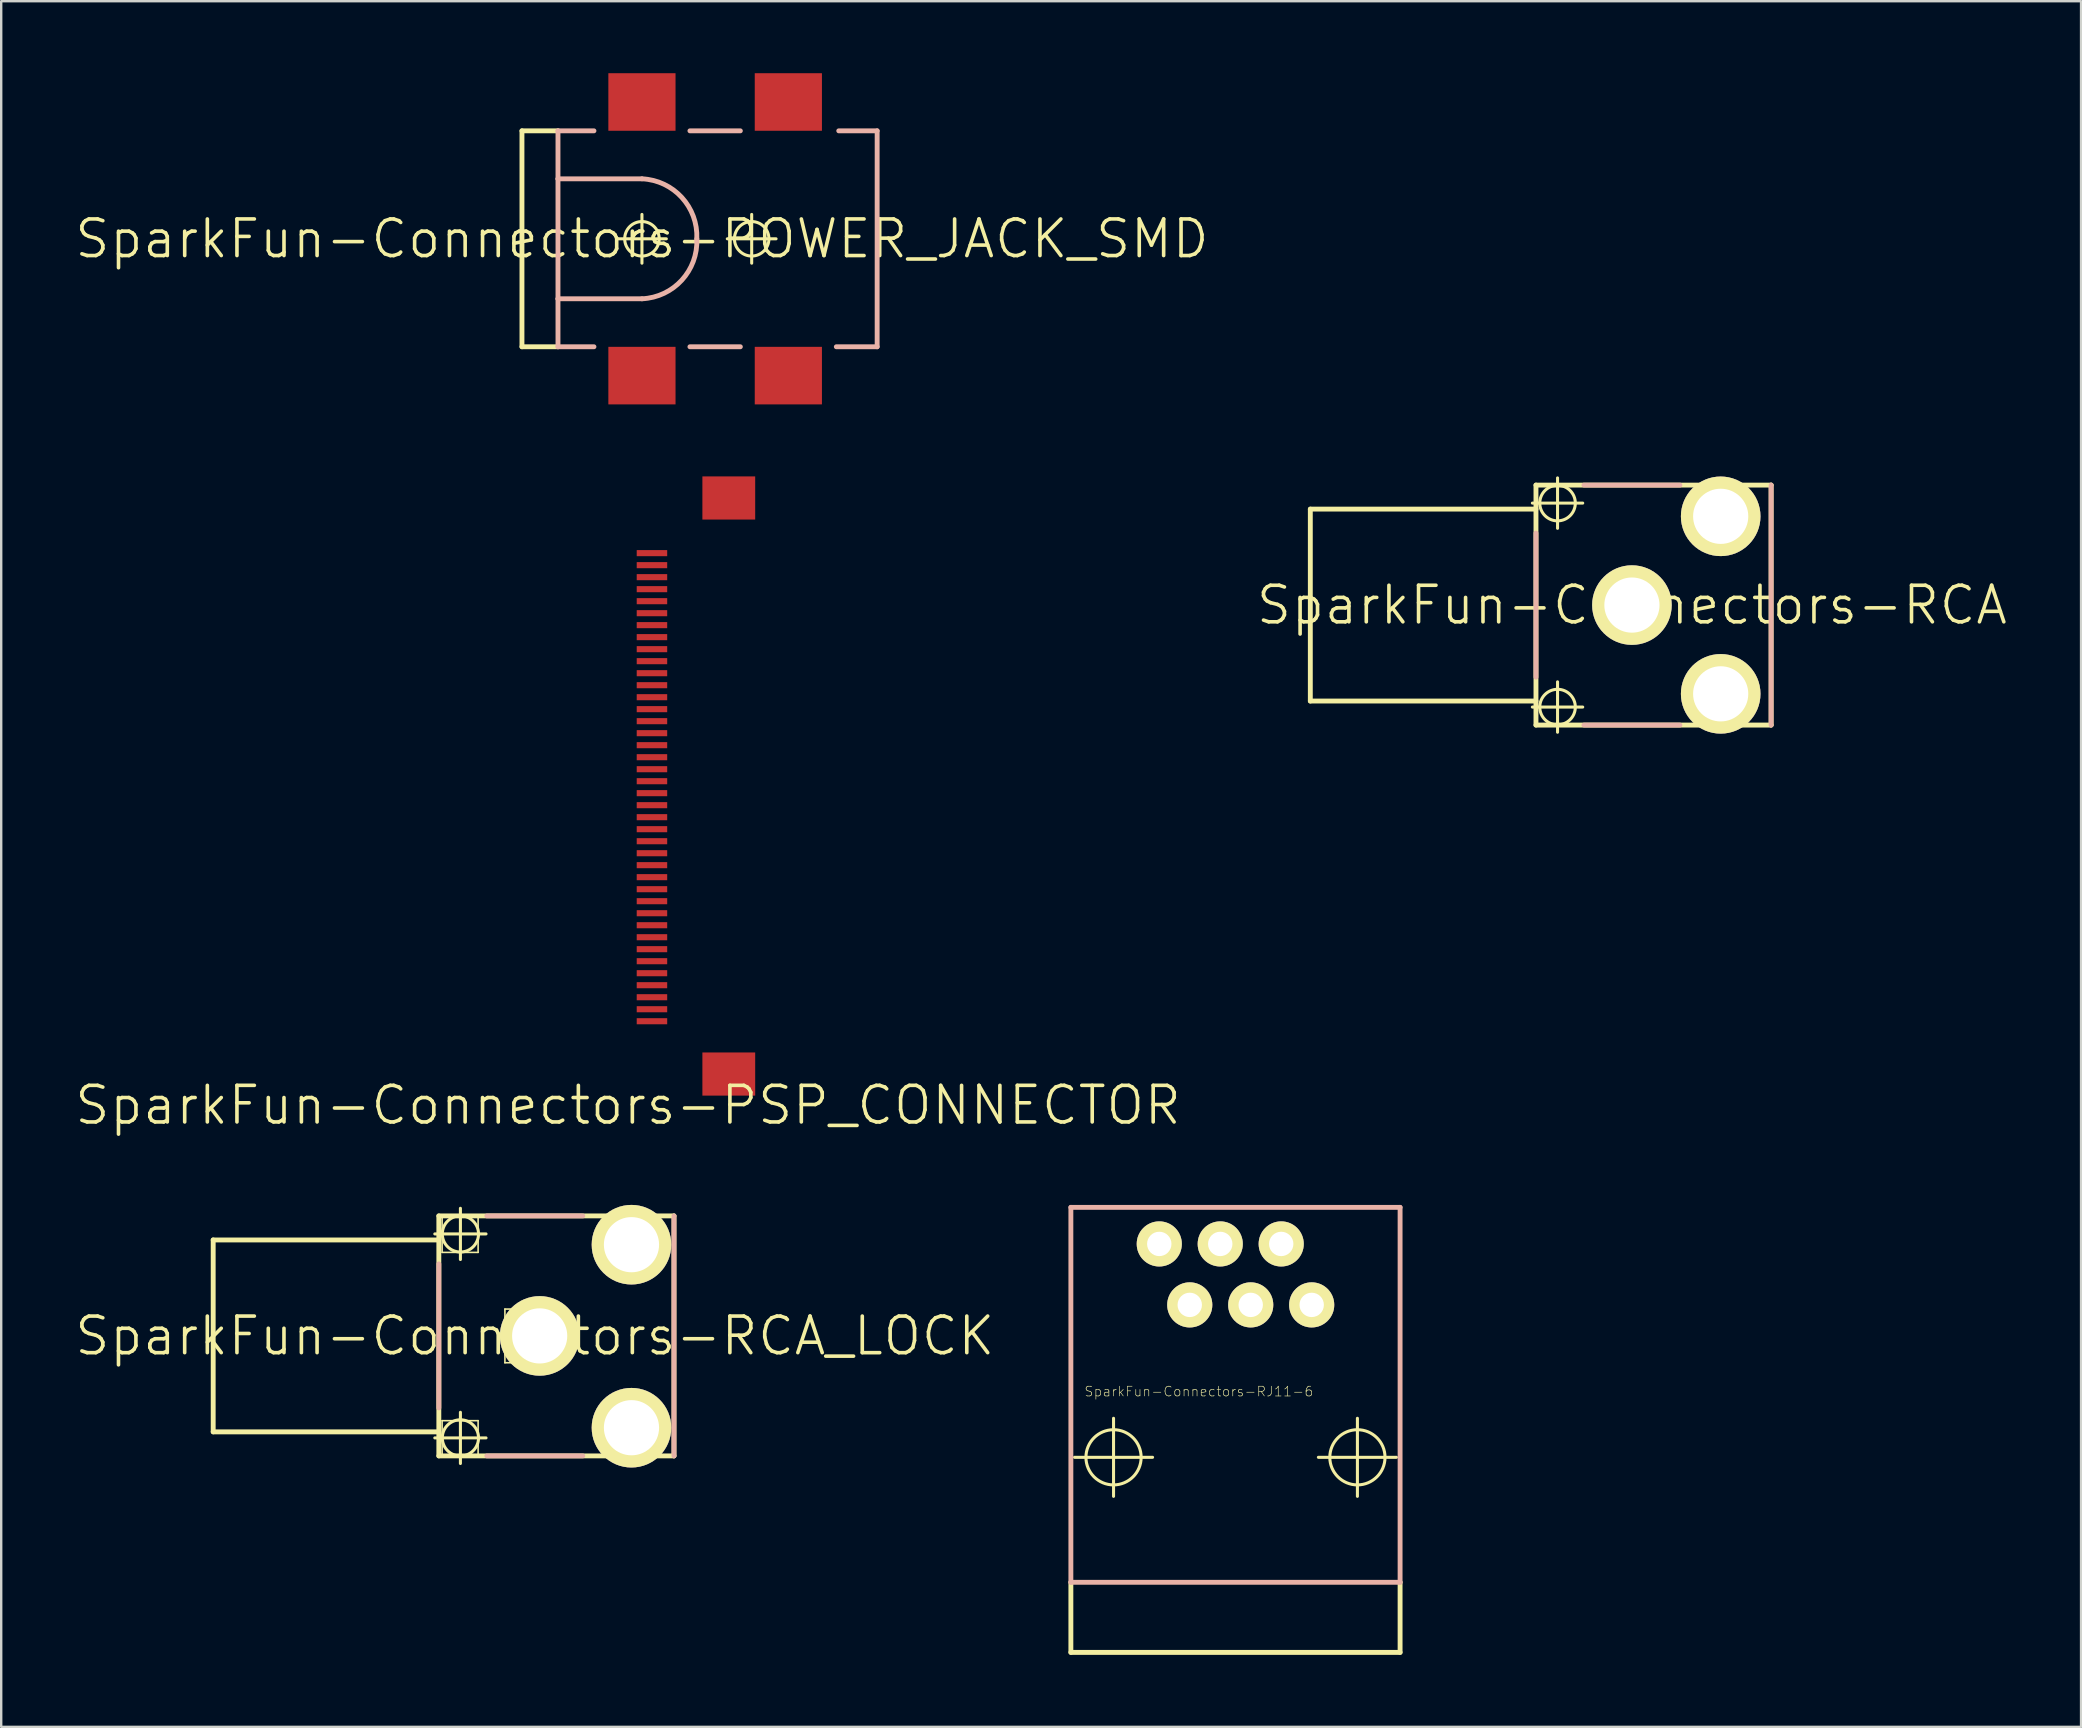
<source format=kicad_pcb>
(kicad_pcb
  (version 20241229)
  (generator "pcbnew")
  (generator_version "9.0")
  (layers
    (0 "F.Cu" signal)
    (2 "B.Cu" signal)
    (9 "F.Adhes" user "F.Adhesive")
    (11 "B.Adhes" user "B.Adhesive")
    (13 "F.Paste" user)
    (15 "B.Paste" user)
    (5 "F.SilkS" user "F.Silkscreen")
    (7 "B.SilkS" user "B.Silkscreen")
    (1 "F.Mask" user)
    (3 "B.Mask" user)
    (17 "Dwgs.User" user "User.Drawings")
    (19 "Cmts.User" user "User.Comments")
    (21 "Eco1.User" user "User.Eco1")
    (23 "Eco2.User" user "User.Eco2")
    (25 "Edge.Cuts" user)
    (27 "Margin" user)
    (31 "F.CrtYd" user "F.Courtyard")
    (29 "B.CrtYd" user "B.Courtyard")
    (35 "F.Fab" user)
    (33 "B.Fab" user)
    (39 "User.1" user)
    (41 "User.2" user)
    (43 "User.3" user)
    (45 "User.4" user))
  (footprint "SparkFun-Connectors-POWER_JACK_SMD"
    (layer "F.Cu")
    (at 23.695 6.899)
    (property "Reference" "SparkFun-Connectors-POWER_JACK_SMD" (at 0 0 0) (layer "F.SilkS") (effects (font (size 1.524 1.524) (thickness 0.15))))
    (attr smd)
    (fp_line (start -4.999 -4.498) (end -4.999 4.498) (stroke (width 0.203) (type solid)) (layer "F.SilkS"))
    (fp_line (start -4.999 -4.498) (end -3.498 -4.498) (stroke (width 0.203) (type solid)) (layer "F.SilkS"))
    (fp_line (start -3.498 4.498) (end -4.999 4.498) (stroke (width 0.203) (type solid)) (layer "F.SilkS"))
    (fp_line (start -1.016 0) (end 1.016 0) (stroke (width 0.127) (type solid)) (layer "F.SilkS"))
    (fp_line (start 0 1.016) (end 0 -1.016) (stroke (width 0.127) (type solid)) (layer "F.SilkS"))
    (fp_line (start 3.556 0) (end 5.588 0) (stroke (width 0.127) (type solid)) (layer "F.SilkS"))
    (fp_line (start 4.572 1.016) (end 4.572 -1.016) (stroke (width 0.127) (type solid)) (layer "F.SilkS"))
    (fp_circle (center 0 0) (end -0.508 0.508) (stroke (width 0.127) (type solid)) (fill no) (layer "F.SilkS"))
    (fp_circle (center 4.572 0) (end 5.08 0.508) (stroke (width 0.127) (type solid)) (fill no) (layer "F.SilkS"))
    (fp_line (start -3.498 -4.498) (end -3.498 -2.499) (stroke (width 0.203) (type solid)) (layer "B.SilkS"))
    (fp_line (start -3.498 -4.498) (end -1.999 -4.498) (stroke (width 0.203) (type solid)) (layer "B.SilkS"))
    (fp_line (start -3.498 -2.499) (end -3.498 2.499) (stroke (width 0.203) (type solid)) (layer "B.SilkS"))
    (fp_line (start -3.498 -2.499) (end 0 -2.499) (stroke (width 0.203) (type solid)) (layer "B.SilkS"))
    (fp_line (start -3.498 2.499) (end -3.498 4.498) (stroke (width 0.203) (type solid)) (layer "B.SilkS"))
    (fp_line (start -1.999 4.498) (end -3.498 4.498) (stroke (width 0.203) (type solid)) (layer "B.SilkS"))
    (fp_line (start 0 2.499) (end -3.498 2.499) (stroke (width 0.203) (type solid)) (layer "B.SilkS"))
    (fp_line (start 1.999 -4.498) (end 4.1 -4.498) (stroke (width 0.203) (type solid)) (layer "B.SilkS"))
    (fp_line (start 4.1 4.498) (end 1.999 4.498) (stroke (width 0.203) (type solid)) (layer "B.SilkS"))
    (fp_line (start 8.199 -4.498) (end 9.799 -4.498) (stroke (width 0.203) (type solid)) (layer "B.SilkS"))
    (fp_line (start 9.799 -4.498) (end 9.799 4.498) (stroke (width 0.203) (type solid)) (layer "B.SilkS"))
    (fp_line (start 9.799 4.498) (end 8.098 4.498) (stroke (width 0.203) (type solid)) (layer "B.SilkS"))
    (fp_arc (start 0 -2.49936) (mid 1.660634 -1.723126) (end 2.286 0) (stroke (width 0.2032) (type solid)) (layer "B.SilkS"))
    (fp_arc (start 2.286 0) (mid 1.660634 1.723126) (end 0 2.49936) (stroke (width 0.2032) (type solid)) (layer "B.SilkS"))
    (pad "GND" smd rect (at 0 5.7) (size 2.799 2.398) (layers "F.Cu" "F.Mask" "F.Paste"))
    (pad "P$4" smd rect (at 6.099 5.7) (size 2.799 2.398) (layers "F.Cu" "F.Mask" "F.Paste"))
    (pad "VIN0" smd rect (at 0 -5.7) (size 2.799 2.398) (layers "F.Cu" "F.Mask" "F.Paste"))
    (pad "VIN1" smd rect (at 6.099 -5.7) (size 2.799 2.398) (layers "F.Cu" "F.Mask" "F.Paste")))
  (footprint "SparkFun-Connectors-PSP_CONNECTOR"
    (layer "F.Cu")
    (at 23.114 42.995)
    (property "Reference" "SparkFun-Connectors-PSP_CONNECTOR" (at 0 0 0) (layer "F.SilkS") (effects (font (size 1.524 1.524) (thickness 0.15))))
    (attr smd)
    (pad "." smd rect (at 4.399 -25.298 180) (size 0.001 0.001) (layers "B.Cu" "B.Mask"))
    (pad "AVDD" smd rect (at 0.998 -5.999 90) (size 0.254 1.27) (layers "F.Cu" "F.Mask" "F.Paste"))
    (pad "AVDD" smd rect (at 0.998 -5.499 270) (size 0.254 1.27) (layers "F.Cu" "F.Mask" "F.Paste"))
    (pad "B0" smd rect (at 0.998 -13 270) (size 0.254 1.27) (layers "F.Cu" "F.Mask" "F.Paste"))
    (pad "B1" smd rect (at 0.998 -12.499 270) (size 0.254 1.27) (layers "F.Cu" "F.Mask" "F.Paste"))
    (pad "B2" smd rect (at 0.998 -11.999 90) (size 0.254 1.27) (layers "F.Cu" "F.Mask" "F.Paste"))
    (pad "B3" smd rect (at 0.998 -11.499 270) (size 0.254 1.27) (layers "F.Cu" "F.Mask" "F.Paste"))
    (pad "B4" smd rect (at 0.998 -10.998 270) (size 0.254 1.27) (layers "F.Cu" "F.Mask" "F.Paste"))
    (pad "B5" smd rect (at 0.998 -10.498 270) (size 0.254 1.27) (layers "F.Cu" "F.Mask" "F.Paste"))
    (pad "B6" smd rect (at 0.998 -10 90) (size 0.254 1.27) (layers "F.Cu" "F.Mask" "F.Paste"))
    (pad "B7" smd rect (at 0.998 -9.5 270) (size 0.254 1.27) (layers "F.Cu" "F.Mask" "F.Paste"))
    (pad "CK" smd rect (at 0.998 -8.499 270) (size 0.254 1.27) (layers "F.Cu" "F.Mask" "F.Paste"))
    (pad "DISP" smd rect (at 0.998 -7.998 90) (size 0.254 1.27) (layers "F.Cu" "F.Mask" "F.Paste"))
    (pad "G0" smd rect (at 0.998 -16.998 270) (size 0.254 1.27) (layers "F.Cu" "F.Mask" "F.Paste"))
    (pad "G1" smd rect (at 0.998 -16.5 270) (size 0.254 1.27) (layers "F.Cu" "F.Mask" "F.Paste"))
    (pad "G2" smd rect (at 0.998 -15.999 90) (size 0.254 1.27) (layers "F.Cu" "F.Mask" "F.Paste"))
    (pad "G3" smd rect (at 0.998 -15.499 270) (size 0.254 1.27) (layers "F.Cu" "F.Mask" "F.Paste"))
    (pad "G4" smd rect (at 0.998 -14.999 270) (size 0.254 1.27) (layers "F.Cu" "F.Mask" "F.Paste"))
    (pad "G5" smd rect (at 0.998 -14.498 270) (size 0.254 1.27) (layers "F.Cu" "F.Mask" "F.Paste"))
    (pad "G6" smd rect (at 0.998 -13.998 90) (size 0.254 1.27) (layers "F.Cu" "F.Mask" "F.Paste"))
    (pad "G7" smd rect (at 0.998 -13.498 270) (size 0.254 1.27) (layers "F.Cu" "F.Mask" "F.Paste"))
    (pad "GND" smd rect (at 0.998 -23 270) (size 0.254 1.27) (layers "F.Cu" "F.Mask" "F.Paste"))
    (pad "GND2" smd rect (at 0.998 -22.499 270) (size 0.254 1.27) (layers "F.Cu" "F.Mask" "F.Paste"))
    (pad "GND3" smd rect (at 0.998 -8.999 270) (size 0.254 1.27) (layers "F.Cu" "F.Mask" "F.Paste"))
    (pad "GND4" smd rect (at 4.199 -25.298) (size 2.2 1.798) (layers "F.Cu" "F.Mask" "F.Paste"))
    (pad "GND5" smd rect (at 4.199 -1.298) (size 2.2 1.798) (layers "F.Cu" "F.Mask" "F.Paste"))
    (pad "HSYN" smd rect (at 0.998 -7.498 270) (size 0.254 1.27) (layers "F.Cu" "F.Mask" "F.Paste"))
    (pad "NC" smd rect (at 0.998 -6.5 270) (size 0.254 1.27) (layers "F.Cu" "F.Mask" "F.Paste"))
    (pad "NC2" smd rect (at 0.998 -4.999 270) (size 0.254 1.27) (layers "F.Cu" "F.Mask" "F.Paste"))
    (pad "R0" smd rect (at 0.998 -20.998 270) (size 0.254 1.27) (layers "F.Cu" "F.Mask" "F.Paste"))
    (pad "R1" smd rect (at 0.998 -20.498 270) (size 0.254 1.27) (layers "F.Cu" "F.Mask" "F.Paste"))
    (pad "R2" smd rect (at 0.998 -20 90) (size 0.254 1.27) (layers "F.Cu" "F.Mask" "F.Paste"))
    (pad "R3" smd rect (at 0.998 -19.5 270) (size 0.254 1.27) (layers "F.Cu" "F.Mask" "F.Paste"))
    (pad "R4" smd rect (at 0.998 -18.999 270) (size 0.254 1.27) (layers "F.Cu" "F.Mask" "F.Paste"))
    (pad "R5" smd rect (at 0.998 -18.499 270) (size 0.254 1.27) (layers "F.Cu" "F.Mask" "F.Paste"))
    (pad "R6" smd rect (at 0.998 -17.998 90) (size 0.254 1.27) (layers "F.Cu" "F.Mask" "F.Paste"))
    (pad "R7" smd rect (at 0.998 -17.498 270) (size 0.254 1.27) (layers "F.Cu" "F.Mask" "F.Paste"))
    (pad "TEST" smd rect (at 0.998 -4.498 270) (size 0.254 1.27) (layers "F.Cu" "F.Mask" "F.Paste"))
    (pad "TEST" smd rect (at 0.998 -3.998 90) (size 0.254 1.27) (layers "F.Cu" "F.Mask" "F.Paste"))
    (pad "TEST" smd rect (at 0.998 -3.498 270) (size 0.254 1.27) (layers "F.Cu" "F.Mask" "F.Paste"))
    (pad "VCC" smd rect (at 0.998 -21.999 90) (size 0.254 1.27) (layers "F.Cu" "F.Mask" "F.Paste"))
    (pad "VCC2" smd rect (at 0.998 -21.499 270) (size 0.254 1.27) (layers "F.Cu" "F.Mask" "F.Paste"))
    (pad "VSYN" smd rect (at 0.998 -6.998 270) (size 0.254 1.27) (layers "F.Cu" "F.Mask" "F.Paste")))
  (footprint "SparkFun-Connectors-RJ11-6"
    (layer "F.Cu")
    (at 48.423 57.665)
    (property "Reference" "SparkFun-Connectors-RJ11-6" (at -1.524 -2.743 0) (layer "F.SilkS") (effects (font (size 0.406 0.406) (thickness 0.025))))
    (attr exclude_from_pos_files exclude_from_bom)
    (fp_line (start -6.858 5.207) (end -6.858 8.128) (stroke (width 0.203) (type solid)) (layer "F.SilkS"))
    (fp_line (start -6.858 8.128) (end 6.858 8.128) (stroke (width 0.203) (type solid)) (layer "F.SilkS"))
    (fp_line (start -6.706 0) (end -3.454 0) (stroke (width 0.127) (type solid)) (layer "F.SilkS"))
    (fp_line (start -5.08 1.626) (end -5.08 -1.626) (stroke (width 0.127) (type solid)) (layer "F.SilkS"))
    (fp_line (start 3.454 0) (end 6.706 0) (stroke (width 0.127) (type solid)) (layer "F.SilkS"))
    (fp_line (start 5.08 1.626) (end 5.08 -1.626) (stroke (width 0.127) (type solid)) (layer "F.SilkS"))
    (fp_line (start 6.858 8.128) (end 6.858 5.207) (stroke (width 0.203) (type solid)) (layer "F.SilkS"))
    (fp_circle (center -5.08 0) (end -5.893 0.813) (stroke (width 0.127) (type solid)) (fill no) (layer "F.SilkS"))
    (fp_circle (center 5.08 0) (end 5.893 0.813) (stroke (width 0.127) (type solid)) (fill no) (layer "F.SilkS"))
    (fp_line (start -6.858 -10.414) (end -6.858 5.207) (stroke (width 0.203) (type solid)) (layer "B.SilkS"))
    (fp_line (start 6.858 -10.414) (end -6.858 -10.414) (stroke (width 0.203) (type solid)) (layer "B.SilkS"))
    (fp_line (start 6.858 5.207) (end -6.858 5.207) (stroke (width 0.203) (type solid)) (layer "B.SilkS"))
    (fp_line (start 6.858 5.207) (end 6.858 -10.414) (stroke (width 0.203) (type solid)) (layer "B.SilkS"))
    (pad "1" thru_hole circle (at -3.175 -8.89) (size 1.88 1.88) (drill 1.016) (layers "*.Cu" "F.Mask" "F.SilkS" "F.Paste"))
    (pad "2" thru_hole circle (at -1.905 -6.35) (size 1.88 1.88) (drill 1.016) (layers "*.Cu" "F.Mask" "F.SilkS" "F.Paste"))
    (pad "3" thru_hole circle (at -0.635 -8.89) (size 1.88 1.88) (drill 1.016) (layers "*.Cu" "F.Mask" "F.SilkS" "F.Paste"))
    (pad "4" thru_hole circle (at 0.635 -6.35) (size 1.88 1.88) (drill 1.016) (layers "*.Cu" "F.Mask" "F.SilkS" "F.Paste"))
    (pad "5" thru_hole circle (at 1.905 -8.89) (size 1.88 1.88) (drill 1.016) (layers "*.Cu" "F.Mask" "F.SilkS" "F.Paste"))
    (pad "6" thru_hole circle (at 3.175 -6.35) (size 1.88 1.88) (drill 1.016) (layers "*.Cu" "F.Mask" "F.SilkS" "F.Paste")))
  (footprint "SparkFun-Connectors-RCA_LOCK"
    (layer "F.Cu")
    (at 19.231 52.607)
    (property "Reference" "SparkFun-Connectors-RCA_LOCK" (at 0 0 0) (layer "F.SilkS") (effects (font (size 1.524 1.524) (thickness 0.15))))
    (attr exclude_from_pos_files exclude_from_bom)
    (fp_line (start -13.399 -3.998) (end -13.399 3.998) (stroke (width 0.203) (type solid)) (layer "F.SilkS"))
    (fp_line (start -13.399 3.998) (end -3.998 3.998) (stroke (width 0.203) (type solid)) (layer "F.SilkS"))
    (fp_line (start -4.166 -4.249) (end -2.032 -4.249) (stroke (width 0.127) (type solid)) (layer "F.SilkS"))
    (fp_line (start -4.166 4.249) (end -2.032 4.249) (stroke (width 0.127) (type solid)) (layer "F.SilkS"))
    (fp_line (start -3.998 -4.999) (end -3.998 4.999) (stroke (width 0.203) (type solid)) (layer "F.SilkS"))
    (fp_line (start -3.998 -3.998) (end -13.399 -3.998) (stroke (width 0.203) (type solid)) (layer "F.SilkS"))
    (fp_line (start -3.998 4.999) (end 5.799 4.999) (stroke (width 0.203) (type solid)) (layer "F.SilkS"))
    (fp_line (start -3.861 -4.978) (end -2.362 -4.978) (stroke (width 0.066) (type solid)) (layer "F.SilkS"))
    (fp_line (start -3.861 -3.48) (end -3.861 -4.978) (stroke (width 0.066) (type solid)) (layer "F.SilkS"))
    (fp_line (start -3.861 -3.48) (end -2.362 -3.48) (stroke (width 0.066) (type solid)) (layer "F.SilkS"))
    (fp_line (start -3.861 3.531) (end -2.362 3.531) (stroke (width 0.066) (type solid)) (layer "F.SilkS"))
    (fp_line (start -3.861 5.029) (end -3.861 3.531) (stroke (width 0.066) (type solid)) (layer "F.SilkS"))
    (fp_line (start -3.861 5.029) (end -2.362 5.029) (stroke (width 0.066) (type solid)) (layer "F.SilkS"))
    (fp_line (start -3.099 -3.183) (end -3.099 -5.316) (stroke (width 0.127) (type solid)) (layer "F.SilkS"))
    (fp_line (start -3.099 5.316) (end -3.099 3.183) (stroke (width 0.127) (type solid)) (layer "F.SilkS"))
    (fp_line (start -2.362 -3.48) (end -2.362 -4.978) (stroke (width 0.066) (type solid)) (layer "F.SilkS"))
    (fp_line (start -2.362 5.029) (end -2.362 3.531) (stroke (width 0.066) (type solid)) (layer "F.SilkS"))
    (fp_line (start -1.245 -1.118) (end 0.254 -1.118) (stroke (width 0.066) (type solid)) (layer "F.SilkS"))
    (fp_line (start -1.245 1.118) (end -1.245 -1.118) (stroke (width 0.066) (type solid)) (layer "F.SilkS"))
    (fp_line (start -1.245 1.118) (end 0.254 1.118) (stroke (width 0.066) (type solid)) (layer "F.SilkS"))
    (fp_line (start 0.254 1.118) (end 0.254 -1.118) (stroke (width 0.066) (type solid)) (layer "F.SilkS"))
    (fp_line (start 2.87 -3.835) (end 5.105 -3.835) (stroke (width 0.066) (type solid)) (layer "F.SilkS"))
    (fp_line (start 2.87 -3.48) (end 2.87 -3.835) (stroke (width 0.066) (type solid)) (layer "F.SilkS"))
    (fp_line (start 2.87 -3.48) (end 5.105 -3.48) (stroke (width 0.066) (type solid)) (layer "F.SilkS"))
    (fp_line (start 2.87 3.531) (end 5.105 3.531) (stroke (width 0.066) (type solid)) (layer "F.SilkS"))
    (fp_line (start 2.87 3.886) (end 2.87 3.531) (stroke (width 0.066) (type solid)) (layer "F.SilkS"))
    (fp_line (start 2.87 3.886) (end 5.105 3.886) (stroke (width 0.066) (type solid)) (layer "F.SilkS"))
    (fp_line (start 4.47 -3.454) (end 2.87 -3.454) (stroke (width 0.025) (type solid)) (layer "F.SilkS"))
    (fp_line (start 4.47 3.505) (end 2.87 3.505) (stroke (width 0.025) (type solid)) (layer "F.SilkS"))
    (fp_line (start 5.105 -3.48) (end 5.105 -3.835) (stroke (width 0.066) (type solid)) (layer "F.SilkS"))
    (fp_line (start 5.105 3.886) (end 5.105 3.531) (stroke (width 0.066) (type solid)) (layer "F.SilkS"))
    (fp_line (start 5.799 -4.999) (end -3.998 -4.999) (stroke (width 0.203) (type solid)) (layer "F.SilkS"))
    (fp_line (start 5.799 4.999) (end 5.799 -4.999) (stroke (width 0.203) (type solid)) (layer "F.SilkS"))
    (fp_circle (center -3.099 -4.249) (end -3.632 -4.783) (stroke (width 0.127) (type solid)) (fill no) (layer "F.SilkS"))
    (fp_circle (center -3.099 4.249) (end -3.632 4.783) (stroke (width 0.127) (type solid)) (fill no) (layer "F.SilkS"))
    (fp_line (start -3.998 -3) (end -3.998 3) (stroke (width 0.203) (type solid)) (layer "B.SilkS"))
    (fp_line (start -1.999 -4.999) (end 1.999 -4.999) (stroke (width 0.203) (type solid)) (layer "B.SilkS"))
    (fp_line (start -1.999 4.999) (end 1.999 4.999) (stroke (width 0.203) (type solid)) (layer "B.SilkS"))
    (fp_line (start 5.799 -4.999) (end 5.799 4.999) (stroke (width 0.203) (type solid)) (layer "B.SilkS"))
    (pad "PIN" thru_hole circle (at 4.028 -3.8) (size 3.315 3.315) (drill 2.299) (layers "*.Cu" "F.Mask" "F.SilkS" "F.Paste"))
    (pad "SHEL" thru_hole circle (at 0.203 0) (size 3.315 3.315) (drill 2.299) (layers "*.Cu" "F.Mask" "F.SilkS" "F.Paste"))
    (pad "SWIT" thru_hole circle (at 4.028 3.825) (size 3.315 3.315) (drill 2.299) (layers "*.Cu" "F.Mask" "F.SilkS" "F.Paste")))
  (footprint "SparkFun-Connectors-RCA"
    (layer "F.Cu")
    (at 64.94 22.159)
    (property "Reference" "SparkFun-Connectors-RCA" (at 0 0 0) (layer "F.SilkS") (effects (font (size 1.524 1.524) (thickness 0.15))))
    (attr exclude_from_pos_files exclude_from_bom)
    (fp_line (start -13.399 -3.998) (end -13.399 3.998) (stroke (width 0.203) (type solid)) (layer "F.SilkS"))
    (fp_line (start -13.399 3.998) (end -3.998 3.998) (stroke (width 0.203) (type solid)) (layer "F.SilkS"))
    (fp_line (start -4.148 -4.249) (end -2.05 -4.249) (stroke (width 0.127) (type solid)) (layer "F.SilkS"))
    (fp_line (start -4.148 4.249) (end -2.05 4.249) (stroke (width 0.127) (type solid)) (layer "F.SilkS"))
    (fp_line (start -3.998 -4.999) (end -3.998 4.999) (stroke (width 0.203) (type solid)) (layer "F.SilkS"))
    (fp_line (start -3.998 -3.998) (end -13.399 -3.998) (stroke (width 0.203) (type solid)) (layer "F.SilkS"))
    (fp_line (start -3.998 4.999) (end 5.799 4.999) (stroke (width 0.203) (type solid)) (layer "F.SilkS"))
    (fp_line (start -3.099 -3.198) (end -3.099 -5.298) (stroke (width 0.127) (type solid)) (layer "F.SilkS"))
    (fp_line (start -3.099 5.298) (end -3.099 3.198) (stroke (width 0.127) (type solid)) (layer "F.SilkS"))
    (fp_line (start 5.799 -4.999) (end -3.998 -4.999) (stroke (width 0.203) (type solid)) (layer "F.SilkS"))
    (fp_line (start 5.799 4.999) (end 5.799 -4.999) (stroke (width 0.203) (type solid)) (layer "F.SilkS"))
    (fp_circle (center -3.099 -4.249) (end -3.622 -4.773) (stroke (width 0.127) (type solid)) (fill no) (layer "F.SilkS"))
    (fp_circle (center -3.099 4.249) (end -3.622 4.773) (stroke (width 0.127) (type solid)) (fill no) (layer "F.SilkS"))
    (fp_line (start -3.998 -3) (end -3.998 3) (stroke (width 0.203) (type solid)) (layer "B.SilkS"))
    (fp_line (start -1.999 -4.999) (end 1.999 -4.999) (stroke (width 0.203) (type solid)) (layer "B.SilkS"))
    (fp_line (start -1.999 4.999) (end 1.999 4.999) (stroke (width 0.203) (type solid)) (layer "B.SilkS"))
    (fp_line (start 5.799 -4.999) (end 5.799 4.999) (stroke (width 0.203) (type solid)) (layer "B.SilkS"))
    (pad "PIN" thru_hole circle (at 3.698 -3.698) (size 3.315 3.315) (drill 2.299) (layers "*.Cu" "F.Mask" "F.SilkS" "F.Paste"))
    (pad "SHEL" thru_hole circle (at 0 0) (size 3.315 3.315) (drill 2.299) (layers "*.Cu" "F.Mask" "F.SilkS" "F.Paste"))
    (pad "SWIT" thru_hole circle (at 3.698 3.698) (size 3.315 3.315) (drill 2.299) (layers "*.Cu" "F.Mask" "F.SilkS" "F.Paste")))
  (gr_rect
    (start -3 -3)
    (end 83.652 68.895)
    (stroke (width 0.1) (type default))
    (fill no)
    (layer "Edge.Cuts")))
</source>
